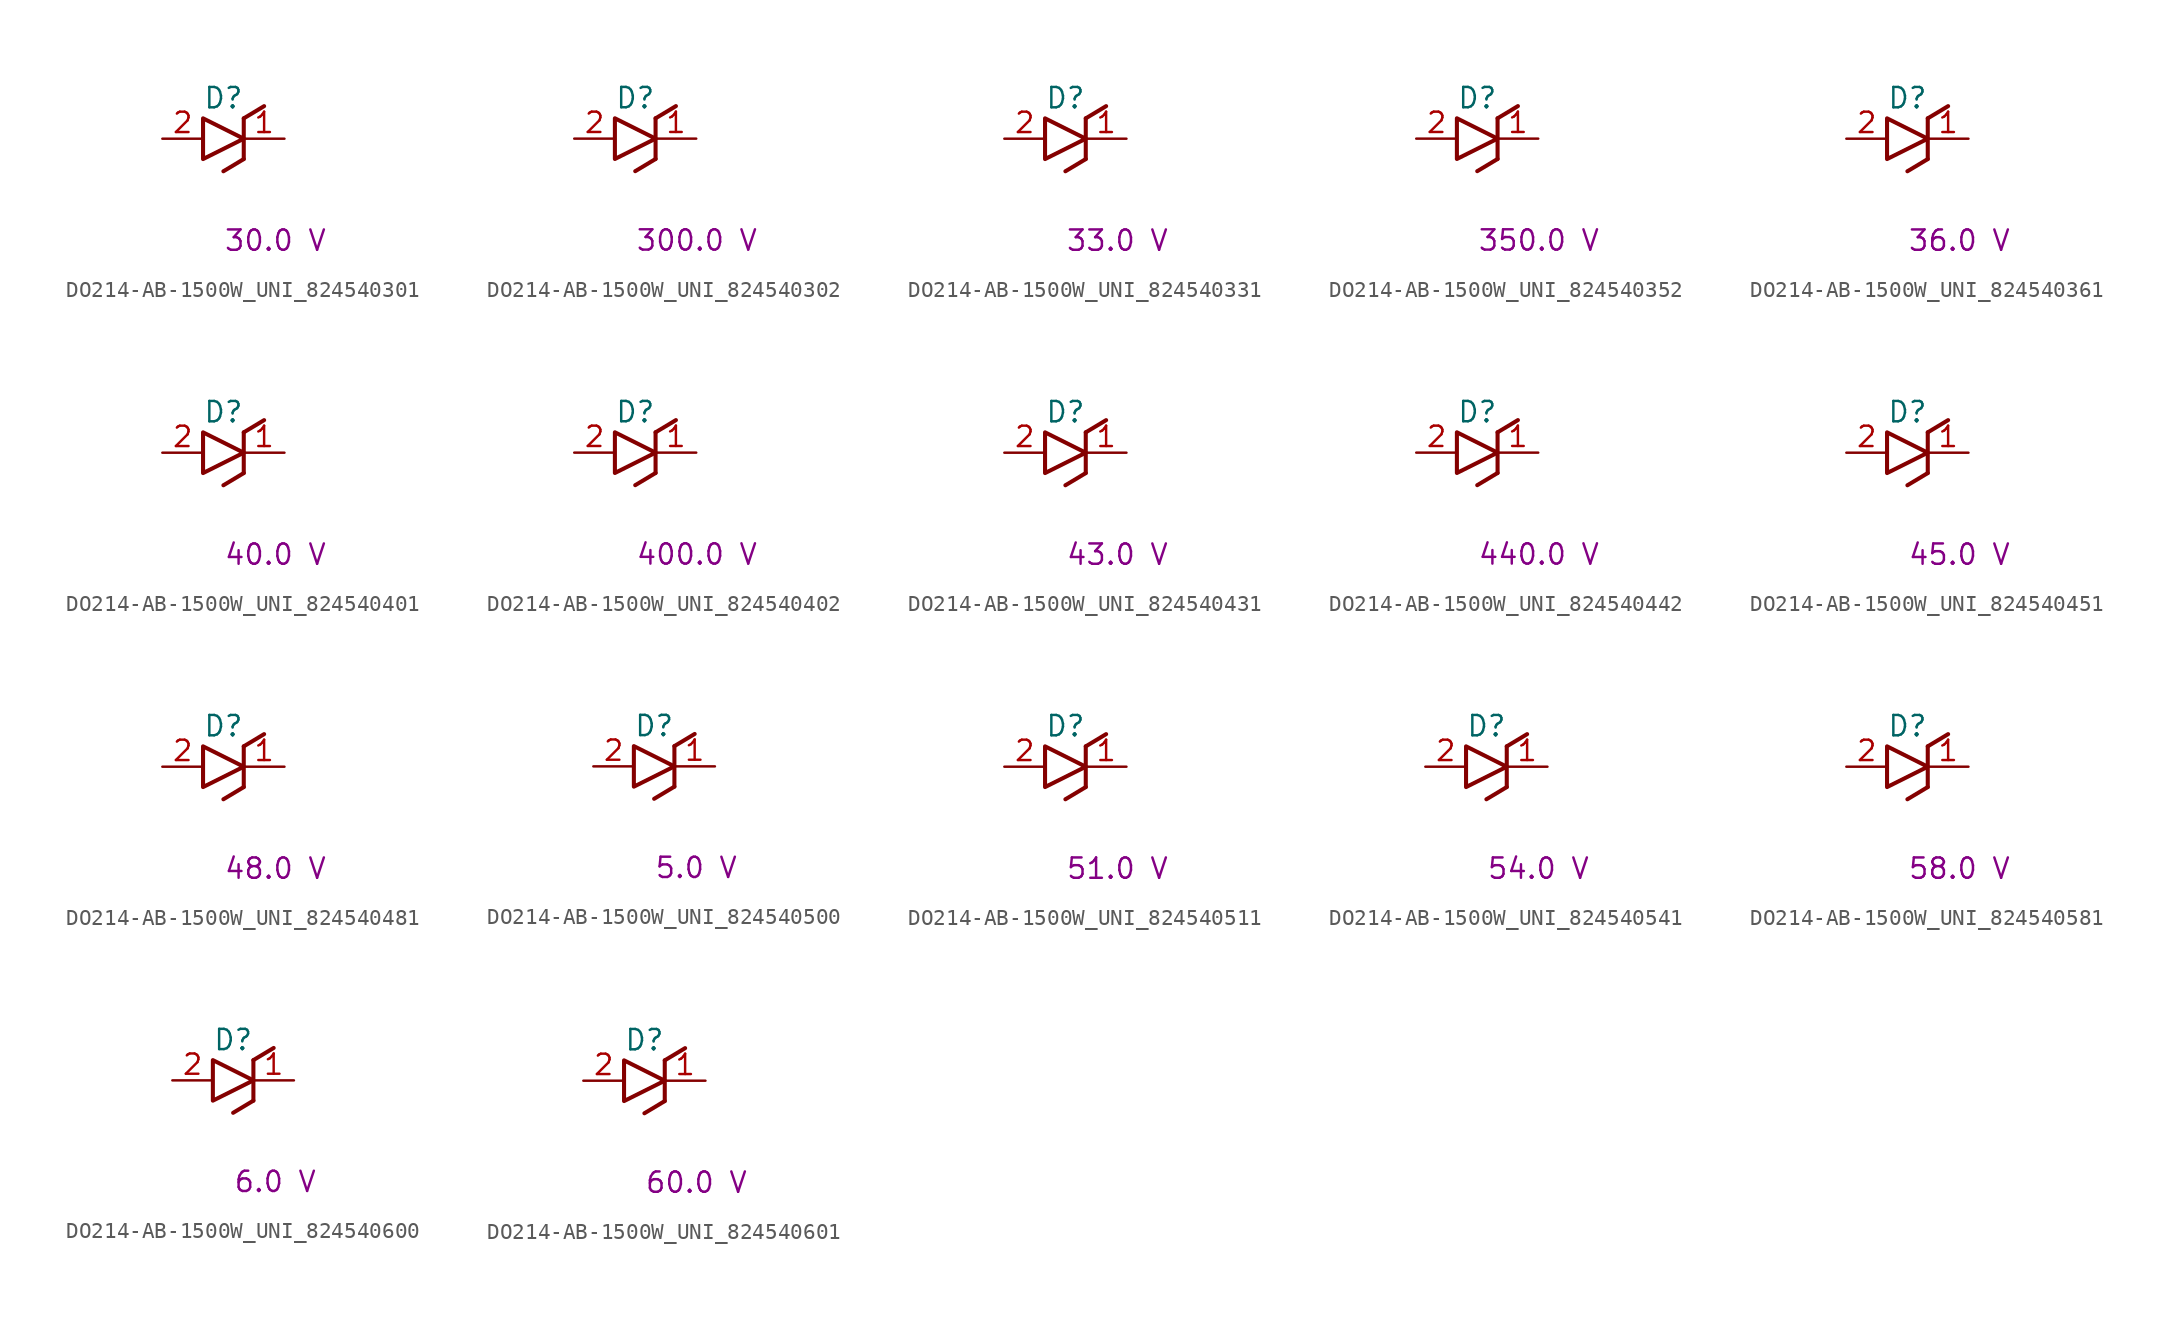
<source format=kicad_sym>
(kicad_symbol_lib
  (version 20220914)
  (generator kicad_symbol_editor)
  (symbol "DO214-AB-1500W_UNI_824540301"
    (pin_names hide)
    (property "Reference" "D"
      (at 0 2.54 0)
      (effects (font (size 1.27 1.27))))
    (property "Critical Parameter" "30.0 V"
      (at 0 -6.35 0)
      (effects (font (size 1.27 1.27)) (justify left)))
    (symbol "DO214-AB-1500W_UNI_824540301_1_1"
      (polyline (pts (xy 1.27 -1.27) (xy 0 -2.032)) (stroke (width 0.254) (type default)) (fill (type none)))
      (polyline (pts (xy 1.27 1.27) (xy 1.27 -1.27)) (stroke (width 0.254) (type default)) (fill (type none)))
      (polyline (pts (xy 1.27 1.27) (xy 2.54 2.032)) (stroke (width 0.254) (type default)) (fill (type none)))
      (polyline (pts (xy -1.27 1.27) (xy -1.27 -1.27) (xy 1.27 0) (xy -1.27 1.27)) (stroke (width 0.254) (type default)) (fill (type none)))
      (pin passive line (at -3.81 0 0) (length 2.54) (name "Anode" (effects (font (size 1.27 1.27)))) (number "2" (effects (font (size 1.27 1.27)))))
      (pin passive line (at 3.81 0 180) (length 2.54) (name "Cathode" (effects (font (size 1.27 1.27)))) (number "1" (effects (font (size 1.27 1.27)))))))
  (symbol "DO214-AB-1500W_UNI_824540302"
    (pin_names hide)
    (property "Reference" "D"
      (at 0 2.54 0)
      (effects (font (size 1.27 1.27))))
    (property "Critical Parameter" "300.0 V"
      (at 0 -6.35 0)
      (effects (font (size 1.27 1.27)) (justify left)))
    (symbol "DO214-AB-1500W_UNI_824540302_1_1"
      (polyline (pts (xy 1.27 -1.27) (xy 0 -2.032)) (stroke (width 0.254) (type default)) (fill (type none)))
      (polyline (pts (xy 1.27 1.27) (xy 1.27 -1.27)) (stroke (width 0.254) (type default)) (fill (type none)))
      (polyline (pts (xy 1.27 1.27) (xy 2.54 2.032)) (stroke (width 0.254) (type default)) (fill (type none)))
      (polyline (pts (xy -1.27 1.27) (xy -1.27 -1.27) (xy 1.27 0) (xy -1.27 1.27)) (stroke (width 0.254) (type default)) (fill (type none)))
      (pin passive line (at -3.81 0 0) (length 2.54) (name "Anode" (effects (font (size 1.27 1.27)))) (number "2" (effects (font (size 1.27 1.27)))))
      (pin passive line (at 3.81 0 180) (length 2.54) (name "Cathode" (effects (font (size 1.27 1.27)))) (number "1" (effects (font (size 1.27 1.27)))))))
  (symbol "DO214-AB-1500W_UNI_824540331"
    (pin_names hide)
    (property "Reference" "D"
      (at 0 2.54 0)
      (effects (font (size 1.27 1.27))))
    (property "Critical Parameter" "33.0 V"
      (at 0 -6.35 0)
      (effects (font (size 1.27 1.27)) (justify left)))
    (symbol "DO214-AB-1500W_UNI_824540331_1_1"
      (polyline (pts (xy 1.27 -1.27) (xy 0 -2.032)) (stroke (width 0.254) (type default)) (fill (type none)))
      (polyline (pts (xy 1.27 1.27) (xy 1.27 -1.27)) (stroke (width 0.254) (type default)) (fill (type none)))
      (polyline (pts (xy 1.27 1.27) (xy 2.54 2.032)) (stroke (width 0.254) (type default)) (fill (type none)))
      (polyline (pts (xy -1.27 1.27) (xy -1.27 -1.27) (xy 1.27 0) (xy -1.27 1.27)) (stroke (width 0.254) (type default)) (fill (type none)))
      (pin passive line (at -3.81 0 0) (length 2.54) (name "Anode" (effects (font (size 1.27 1.27)))) (number "2" (effects (font (size 1.27 1.27)))))
      (pin passive line (at 3.81 0 180) (length 2.54) (name "Cathode" (effects (font (size 1.27 1.27)))) (number "1" (effects (font (size 1.27 1.27)))))))
  (symbol "DO214-AB-1500W_UNI_824540352"
    (pin_names hide)
    (property "Reference" "D"
      (at 0 2.54 0)
      (effects (font (size 1.27 1.27))))
    (property "Critical Parameter" "350.0 V"
      (at 0 -6.35 0)
      (effects (font (size 1.27 1.27)) (justify left)))
    (symbol "DO214-AB-1500W_UNI_824540352_1_1"
      (polyline (pts (xy 1.27 -1.27) (xy 0 -2.032)) (stroke (width 0.254) (type default)) (fill (type none)))
      (polyline (pts (xy 1.27 1.27) (xy 1.27 -1.27)) (stroke (width 0.254) (type default)) (fill (type none)))
      (polyline (pts (xy 1.27 1.27) (xy 2.54 2.032)) (stroke (width 0.254) (type default)) (fill (type none)))
      (polyline (pts (xy -1.27 1.27) (xy -1.27 -1.27) (xy 1.27 0) (xy -1.27 1.27)) (stroke (width 0.254) (type default)) (fill (type none)))
      (pin passive line (at -3.81 0 0) (length 2.54) (name "Anode" (effects (font (size 1.27 1.27)))) (number "2" (effects (font (size 1.27 1.27)))))
      (pin passive line (at 3.81 0 180) (length 2.54) (name "Cathode" (effects (font (size 1.27 1.27)))) (number "1" (effects (font (size 1.27 1.27)))))))
  (symbol "DO214-AB-1500W_UNI_824540361"
    (pin_names hide)
    (property "Reference" "D"
      (at 0 2.54 0)
      (effects (font (size 1.27 1.27))))
    (property "Critical Parameter" "36.0 V"
      (at 0 -6.35 0)
      (effects (font (size 1.27 1.27)) (justify left)))
    (symbol "DO214-AB-1500W_UNI_824540361_1_1"
      (polyline (pts (xy 1.27 -1.27) (xy 0 -2.032)) (stroke (width 0.254) (type default)) (fill (type none)))
      (polyline (pts (xy 1.27 1.27) (xy 1.27 -1.27)) (stroke (width 0.254) (type default)) (fill (type none)))
      (polyline (pts (xy 1.27 1.27) (xy 2.54 2.032)) (stroke (width 0.254) (type default)) (fill (type none)))
      (polyline (pts (xy -1.27 1.27) (xy -1.27 -1.27) (xy 1.27 0) (xy -1.27 1.27)) (stroke (width 0.254) (type default)) (fill (type none)))
      (pin passive line (at -3.81 0 0) (length 2.54) (name "Anode" (effects (font (size 1.27 1.27)))) (number "2" (effects (font (size 1.27 1.27)))))
      (pin passive line (at 3.81 0 180) (length 2.54) (name "Cathode" (effects (font (size 1.27 1.27)))) (number "1" (effects (font (size 1.27 1.27)))))))
  (symbol "DO214-AB-1500W_UNI_824540401"
    (pin_names hide)
    (property "Reference" "D"
      (at 0 2.54 0)
      (effects (font (size 1.27 1.27))))
    (property "Critical Parameter" "40.0 V"
      (at 0 -6.35 0)
      (effects (font (size 1.27 1.27)) (justify left)))
    (symbol "DO214-AB-1500W_UNI_824540401_1_1"
      (polyline (pts (xy 1.27 -1.27) (xy 0 -2.032)) (stroke (width 0.254) (type default)) (fill (type none)))
      (polyline (pts (xy 1.27 1.27) (xy 1.27 -1.27)) (stroke (width 0.254) (type default)) (fill (type none)))
      (polyline (pts (xy 1.27 1.27) (xy 2.54 2.032)) (stroke (width 0.254) (type default)) (fill (type none)))
      (polyline (pts (xy -1.27 1.27) (xy -1.27 -1.27) (xy 1.27 0) (xy -1.27 1.27)) (stroke (width 0.254) (type default)) (fill (type none)))
      (pin passive line (at -3.81 0 0) (length 2.54) (name "Anode" (effects (font (size 1.27 1.27)))) (number "2" (effects (font (size 1.27 1.27)))))
      (pin passive line (at 3.81 0 180) (length 2.54) (name "Cathode" (effects (font (size 1.27 1.27)))) (number "1" (effects (font (size 1.27 1.27)))))))
  (symbol "DO214-AB-1500W_UNI_824540402"
    (pin_names hide)
    (property "Reference" "D"
      (at 0 2.54 0)
      (effects (font (size 1.27 1.27))))
    (property "Critical Parameter" "400.0 V"
      (at 0 -6.35 0)
      (effects (font (size 1.27 1.27)) (justify left)))
    (symbol "DO214-AB-1500W_UNI_824540402_1_1"
      (polyline (pts (xy 1.27 -1.27) (xy 0 -2.032)) (stroke (width 0.254) (type default)) (fill (type none)))
      (polyline (pts (xy 1.27 1.27) (xy 1.27 -1.27)) (stroke (width 0.254) (type default)) (fill (type none)))
      (polyline (pts (xy 1.27 1.27) (xy 2.54 2.032)) (stroke (width 0.254) (type default)) (fill (type none)))
      (polyline (pts (xy -1.27 1.27) (xy -1.27 -1.27) (xy 1.27 0) (xy -1.27 1.27)) (stroke (width 0.254) (type default)) (fill (type none)))
      (pin passive line (at -3.81 0 0) (length 2.54) (name "Anode" (effects (font (size 1.27 1.27)))) (number "2" (effects (font (size 1.27 1.27)))))
      (pin passive line (at 3.81 0 180) (length 2.54) (name "Cathode" (effects (font (size 1.27 1.27)))) (number "1" (effects (font (size 1.27 1.27)))))))
  (symbol "DO214-AB-1500W_UNI_824540431"
    (pin_names hide)
    (property "Reference" "D"
      (at 0 2.54 0)
      (effects (font (size 1.27 1.27))))
    (property "Critical Parameter" "43.0 V"
      (at 0 -6.35 0)
      (effects (font (size 1.27 1.27)) (justify left)))
    (symbol "DO214-AB-1500W_UNI_824540431_1_1"
      (polyline (pts (xy 1.27 -1.27) (xy 0 -2.032)) (stroke (width 0.254) (type default)) (fill (type none)))
      (polyline (pts (xy 1.27 1.27) (xy 1.27 -1.27)) (stroke (width 0.254) (type default)) (fill (type none)))
      (polyline (pts (xy 1.27 1.27) (xy 2.54 2.032)) (stroke (width 0.254) (type default)) (fill (type none)))
      (polyline (pts (xy -1.27 1.27) (xy -1.27 -1.27) (xy 1.27 0) (xy -1.27 1.27)) (stroke (width 0.254) (type default)) (fill (type none)))
      (pin passive line (at -3.81 0 0) (length 2.54) (name "Anode" (effects (font (size 1.27 1.27)))) (number "2" (effects (font (size 1.27 1.27)))))
      (pin passive line (at 3.81 0 180) (length 2.54) (name "Cathode" (effects (font (size 1.27 1.27)))) (number "1" (effects (font (size 1.27 1.27)))))))
  (symbol "DO214-AB-1500W_UNI_824540442"
    (pin_names hide)
    (property "Reference" "D"
      (at 0 2.54 0)
      (effects (font (size 1.27 1.27))))
    (property "Critical Parameter" "440.0 V"
      (at 0 -6.35 0)
      (effects (font (size 1.27 1.27)) (justify left)))
    (symbol "DO214-AB-1500W_UNI_824540442_1_1"
      (polyline (pts (xy 1.27 -1.27) (xy 0 -2.032)) (stroke (width 0.254) (type default)) (fill (type none)))
      (polyline (pts (xy 1.27 1.27) (xy 1.27 -1.27)) (stroke (width 0.254) (type default)) (fill (type none)))
      (polyline (pts (xy 1.27 1.27) (xy 2.54 2.032)) (stroke (width 0.254) (type default)) (fill (type none)))
      (polyline (pts (xy -1.27 1.27) (xy -1.27 -1.27) (xy 1.27 0) (xy -1.27 1.27)) (stroke (width 0.254) (type default)) (fill (type none)))
      (pin passive line (at -3.81 0 0) (length 2.54) (name "Anode" (effects (font (size 1.27 1.27)))) (number "2" (effects (font (size 1.27 1.27)))))
      (pin passive line (at 3.81 0 180) (length 2.54) (name "Cathode" (effects (font (size 1.27 1.27)))) (number "1" (effects (font (size 1.27 1.27)))))))
  (symbol "DO214-AB-1500W_UNI_824540451"
    (pin_names hide)
    (property "Reference" "D"
      (at 0 2.54 0)
      (effects (font (size 1.27 1.27))))
    (property "Critical Parameter" "45.0 V"
      (at 0 -6.35 0)
      (effects (font (size 1.27 1.27)) (justify left)))
    (symbol "DO214-AB-1500W_UNI_824540451_1_1"
      (polyline (pts (xy 1.27 -1.27) (xy 0 -2.032)) (stroke (width 0.254) (type default)) (fill (type none)))
      (polyline (pts (xy 1.27 1.27) (xy 1.27 -1.27)) (stroke (width 0.254) (type default)) (fill (type none)))
      (polyline (pts (xy 1.27 1.27) (xy 2.54 2.032)) (stroke (width 0.254) (type default)) (fill (type none)))
      (polyline (pts (xy -1.27 1.27) (xy -1.27 -1.27) (xy 1.27 0) (xy -1.27 1.27)) (stroke (width 0.254) (type default)) (fill (type none)))
      (pin passive line (at -3.81 0 0) (length 2.54) (name "Anode" (effects (font (size 1.27 1.27)))) (number "2" (effects (font (size 1.27 1.27)))))
      (pin passive line (at 3.81 0 180) (length 2.54) (name "Cathode" (effects (font (size 1.27 1.27)))) (number "1" (effects (font (size 1.27 1.27)))))))
  (symbol "DO214-AB-1500W_UNI_824540481"
    (pin_names hide)
    (property "Reference" "D"
      (at 0 2.54 0)
      (effects (font (size 1.27 1.27))))
    (property "Critical Parameter" "48.0 V"
      (at 0 -6.35 0)
      (effects (font (size 1.27 1.27)) (justify left)))
    (symbol "DO214-AB-1500W_UNI_824540481_1_1"
      (polyline (pts (xy 1.27 -1.27) (xy 0 -2.032)) (stroke (width 0.254) (type default)) (fill (type none)))
      (polyline (pts (xy 1.27 1.27) (xy 1.27 -1.27)) (stroke (width 0.254) (type default)) (fill (type none)))
      (polyline (pts (xy 1.27 1.27) (xy 2.54 2.032)) (stroke (width 0.254) (type default)) (fill (type none)))
      (polyline (pts (xy -1.27 1.27) (xy -1.27 -1.27) (xy 1.27 0) (xy -1.27 1.27)) (stroke (width 0.254) (type default)) (fill (type none)))
      (pin passive line (at -3.81 0 0) (length 2.54) (name "Anode" (effects (font (size 1.27 1.27)))) (number "2" (effects (font (size 1.27 1.27)))))
      (pin passive line (at 3.81 0 180) (length 2.54) (name "Cathode" (effects (font (size 1.27 1.27)))) (number "1" (effects (font (size 1.27 1.27)))))))
  (symbol "DO214-AB-1500W_UNI_824540500"
    (pin_names hide)
    (property "Reference" "D"
      (at 0 2.54 0)
      (effects (font (size 1.27 1.27))))
    (property "Critical Parameter" "5.0 V"
      (at 0 -6.35 0)
      (effects (font (size 1.27 1.27)) (justify left)))
    (symbol "DO214-AB-1500W_UNI_824540500_1_1"
      (polyline (pts (xy 1.27 -1.27) (xy 0 -2.032)) (stroke (width 0.254) (type default)) (fill (type none)))
      (polyline (pts (xy 1.27 1.27) (xy 1.27 -1.27)) (stroke (width 0.254) (type default)) (fill (type none)))
      (polyline (pts (xy 1.27 1.27) (xy 2.54 2.032)) (stroke (width 0.254) (type default)) (fill (type none)))
      (polyline (pts (xy -1.27 1.27) (xy -1.27 -1.27) (xy 1.27 0) (xy -1.27 1.27)) (stroke (width 0.254) (type default)) (fill (type none)))
      (pin passive line (at -3.81 0 0) (length 2.54) (name "Anode" (effects (font (size 1.27 1.27)))) (number "2" (effects (font (size 1.27 1.27)))))
      (pin passive line (at 3.81 0 180) (length 2.54) (name "Cathode" (effects (font (size 1.27 1.27)))) (number "1" (effects (font (size 1.27 1.27)))))))
  (symbol "DO214-AB-1500W_UNI_824540511"
    (pin_names hide)
    (property "Reference" "D"
      (at 0 2.54 0)
      (effects (font (size 1.27 1.27))))
    (property "Critical Parameter" "51.0 V"
      (at 0 -6.35 0)
      (effects (font (size 1.27 1.27)) (justify left)))
    (symbol "DO214-AB-1500W_UNI_824540511_1_1"
      (polyline (pts (xy 1.27 -1.27) (xy 0 -2.032)) (stroke (width 0.254) (type default)) (fill (type none)))
      (polyline (pts (xy 1.27 1.27) (xy 1.27 -1.27)) (stroke (width 0.254) (type default)) (fill (type none)))
      (polyline (pts (xy 1.27 1.27) (xy 2.54 2.032)) (stroke (width 0.254) (type default)) (fill (type none)))
      (polyline (pts (xy -1.27 1.27) (xy -1.27 -1.27) (xy 1.27 0) (xy -1.27 1.27)) (stroke (width 0.254) (type default)) (fill (type none)))
      (pin passive line (at -3.81 0 0) (length 2.54) (name "Anode" (effects (font (size 1.27 1.27)))) (number "2" (effects (font (size 1.27 1.27)))))
      (pin passive line (at 3.81 0 180) (length 2.54) (name "Cathode" (effects (font (size 1.27 1.27)))) (number "1" (effects (font (size 1.27 1.27)))))))
  (symbol "DO214-AB-1500W_UNI_824540541"
    (pin_names hide)
    (property "Reference" "D"
      (at 0 2.54 0)
      (effects (font (size 1.27 1.27))))
    (property "Critical Parameter" "54.0 V"
      (at 0 -6.35 0)
      (effects (font (size 1.27 1.27)) (justify left)))
    (symbol "DO214-AB-1500W_UNI_824540541_1_1"
      (polyline (pts (xy 1.27 -1.27) (xy 0 -2.032)) (stroke (width 0.254) (type default)) (fill (type none)))
      (polyline (pts (xy 1.27 1.27) (xy 1.27 -1.27)) (stroke (width 0.254) (type default)) (fill (type none)))
      (polyline (pts (xy 1.27 1.27) (xy 2.54 2.032)) (stroke (width 0.254) (type default)) (fill (type none)))
      (polyline (pts (xy -1.27 1.27) (xy -1.27 -1.27) (xy 1.27 0) (xy -1.27 1.27)) (stroke (width 0.254) (type default)) (fill (type none)))
      (pin passive line (at -3.81 0 0) (length 2.54) (name "Anode" (effects (font (size 1.27 1.27)))) (number "2" (effects (font (size 1.27 1.27)))))
      (pin passive line (at 3.81 0 180) (length 2.54) (name "Cathode" (effects (font (size 1.27 1.27)))) (number "1" (effects (font (size 1.27 1.27)))))))
  (symbol "DO214-AB-1500W_UNI_824540581"
    (pin_names hide)
    (property "Reference" "D"
      (at 0 2.54 0)
      (effects (font (size 1.27 1.27))))
    (property "Critical Parameter" "58.0 V"
      (at 0 -6.35 0)
      (effects (font (size 1.27 1.27)) (justify left)))
    (symbol "DO214-AB-1500W_UNI_824540581_1_1"
      (polyline (pts (xy 1.27 -1.27) (xy 0 -2.032)) (stroke (width 0.254) (type default)) (fill (type none)))
      (polyline (pts (xy 1.27 1.27) (xy 1.27 -1.27)) (stroke (width 0.254) (type default)) (fill (type none)))
      (polyline (pts (xy 1.27 1.27) (xy 2.54 2.032)) (stroke (width 0.254) (type default)) (fill (type none)))
      (polyline (pts (xy -1.27 1.27) (xy -1.27 -1.27) (xy 1.27 0) (xy -1.27 1.27)) (stroke (width 0.254) (type default)) (fill (type none)))
      (pin passive line (at -3.81 0 0) (length 2.54) (name "Anode" (effects (font (size 1.27 1.27)))) (number "2" (effects (font (size 1.27 1.27)))))
      (pin passive line (at 3.81 0 180) (length 2.54) (name "Cathode" (effects (font (size 1.27 1.27)))) (number "1" (effects (font (size 1.27 1.27)))))))
  (symbol "DO214-AB-1500W_UNI_824540600"
    (pin_names hide)
    (property "Reference" "D"
      (at 0 2.54 0)
      (effects (font (size 1.27 1.27))))
    (property "Critical Parameter" "6.0 V"
      (at 0 -6.35 0)
      (effects (font (size 1.27 1.27)) (justify left)))
    (symbol "DO214-AB-1500W_UNI_824540600_1_1"
      (polyline (pts (xy 1.27 -1.27) (xy 0 -2.032)) (stroke (width 0.254) (type default)) (fill (type none)))
      (polyline (pts (xy 1.27 1.27) (xy 1.27 -1.27)) (stroke (width 0.254) (type default)) (fill (type none)))
      (polyline (pts (xy 1.27 1.27) (xy 2.54 2.032)) (stroke (width 0.254) (type default)) (fill (type none)))
      (polyline (pts (xy -1.27 1.27) (xy -1.27 -1.27) (xy 1.27 0) (xy -1.27 1.27)) (stroke (width 0.254) (type default)) (fill (type none)))
      (pin passive line (at -3.81 0 0) (length 2.54) (name "Anode" (effects (font (size 1.27 1.27)))) (number "2" (effects (font (size 1.27 1.27)))))
      (pin passive line (at 3.81 0 180) (length 2.54) (name "Cathode" (effects (font (size 1.27 1.27)))) (number "1" (effects (font (size 1.27 1.27)))))))
  (symbol "DO214-AB-1500W_UNI_824540601"
    (pin_names hide)
    (property "Reference" "D"
      (at 0 2.54 0)
      (effects (font (size 1.27 1.27))))
    (property "Critical Parameter" "60.0 V"
      (at 0 -6.35 0)
      (effects (font (size 1.27 1.27)) (justify left)))
    (symbol "DO214-AB-1500W_UNI_824540601_1_1"
      (polyline (pts (xy 1.27 -1.27) (xy 0 -2.032)) (stroke (width 0.254) (type default)) (fill (type none)))
      (polyline (pts (xy 1.27 1.27) (xy 1.27 -1.27)) (stroke (width 0.254) (type default)) (fill (type none)))
      (polyline (pts (xy 1.27 1.27) (xy 2.54 2.032)) (stroke (width 0.254) (type default)) (fill (type none)))
      (polyline (pts (xy -1.27 1.27) (xy -1.27 -1.27) (xy 1.27 0) (xy -1.27 1.27)) (stroke (width 0.254) (type default)) (fill (type none)))
      (pin passive line (at -3.81 0 0) (length 2.54) (name "Anode" (effects (font (size 1.27 1.27)))) (number "2" (effects (font (size 1.27 1.27)))))
      (pin passive line (at 3.81 0 180) (length 2.54) (name "Cathode" (effects (font (size 1.27 1.27)))) (number "1" (effects (font (size 1.27 1.27))))))))
</source>
